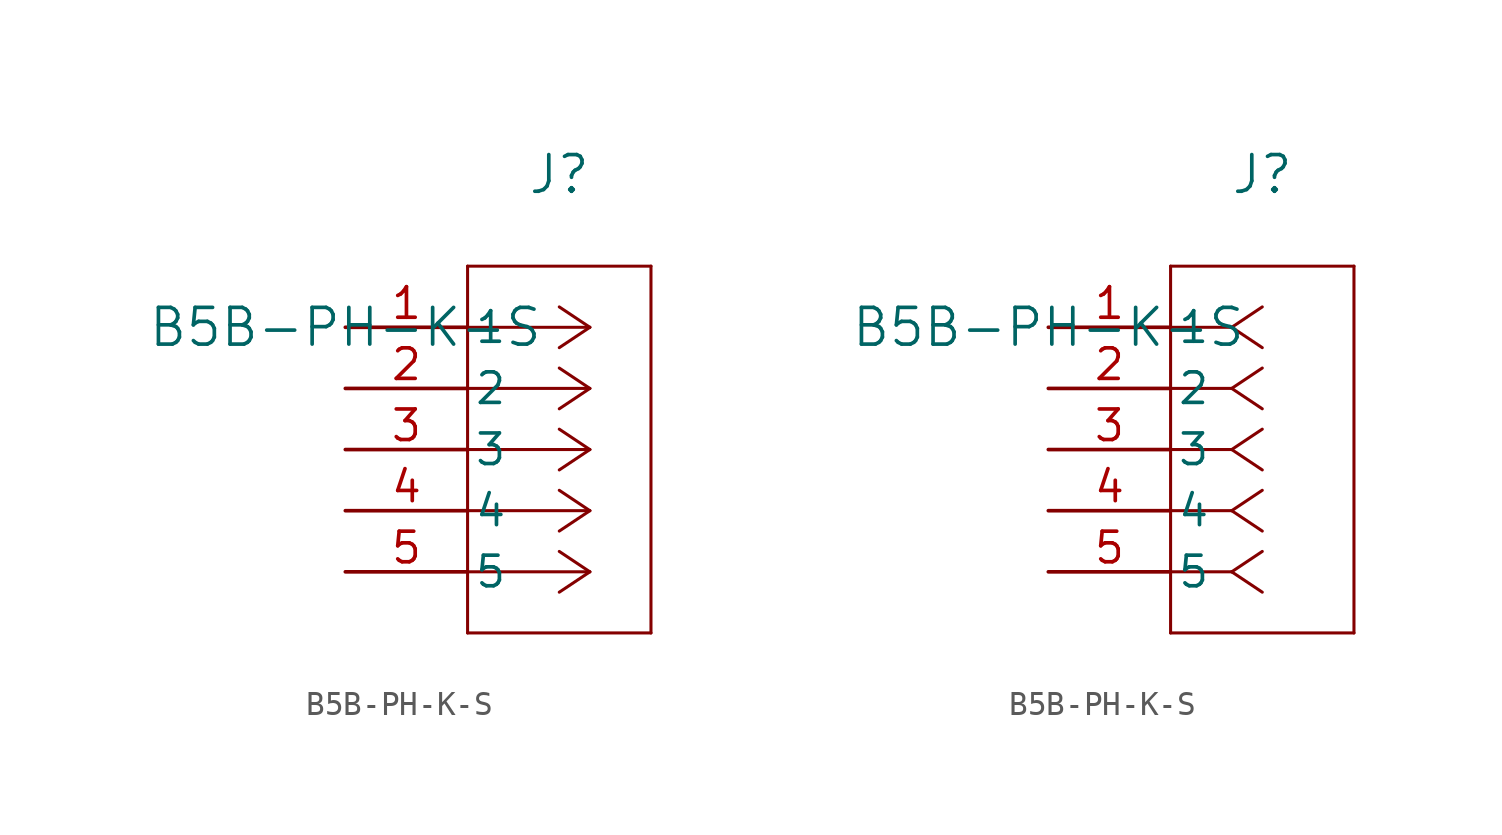
<source format=kicad_sym>
(kicad_symbol_lib
  (version 20211014)
  (generator kicad_symbol_editor)
  (symbol "B5B-PH-K-S"
    (pin_names
      (offset 0.254))
    (property "Reference" "J"
      (at 8.89 6.35 0)
      (effects (font (size 1.524 1.524))))
    (property "Value" "B5B-PH-K-S"
      (at 0 0 0)
      (effects (font (size 1.524 1.524))))
    (symbol "B5B-PH-K-S_1_1"
      (polyline (pts (xy 10.16 0) (xy 5.08 0)) (stroke (width 0.127) (type default) (color 0 0 0 0)) (fill (type none)))
      (polyline (pts (xy 10.16 -2.54) (xy 5.08 -2.54)) (stroke (width 0.127) (type default) (color 0 0 0 0)) (fill (type none)))
      (polyline (pts (xy 10.16 -5.08) (xy 5.08 -5.08)) (stroke (width 0.127) (type default) (color 0 0 0 0)) (fill (type none)))
      (polyline (pts (xy 10.16 -7.62) (xy 5.08 -7.62)) (stroke (width 0.127) (type default) (color 0 0 0 0)) (fill (type none)))
      (polyline (pts (xy 10.16 -10.16) (xy 5.08 -10.16)) (stroke (width 0.127) (type default) (color 0 0 0 0)) (fill (type none)))
      (polyline (pts (xy 10.16 0) (xy 8.89 0.847)) (stroke (width 0.127) (type default) (color 0 0 0 0)) (fill (type none)))
      (polyline (pts (xy 10.16 -2.54) (xy 8.89 -1.693)) (stroke (width 0.127) (type default) (color 0 0 0 0)) (fill (type none)))
      (polyline (pts (xy 10.16 -5.08) (xy 8.89 -4.233)) (stroke (width 0.127) (type default) (color 0 0 0 0)) (fill (type none)))
      (polyline (pts (xy 10.16 -7.62) (xy 8.89 -6.773)) (stroke (width 0.127) (type default) (color 0 0 0 0)) (fill (type none)))
      (polyline (pts (xy 10.16 -10.16) (xy 8.89 -9.313)) (stroke (width 0.127) (type default) (color 0 0 0 0)) (fill (type none)))
      (polyline (pts (xy 10.16 0) (xy 8.89 -0.847)) (stroke (width 0.127) (type default) (color 0 0 0 0)) (fill (type none)))
      (polyline (pts (xy 10.16 -2.54) (xy 8.89 -3.387)) (stroke (width 0.127) (type default) (color 0 0 0 0)) (fill (type none)))
      (polyline (pts (xy 10.16 -5.08) (xy 8.89 -5.927)) (stroke (width 0.127) (type default) (color 0 0 0 0)) (fill (type none)))
      (polyline (pts (xy 10.16 -7.62) (xy 8.89 -8.467)) (stroke (width 0.127) (type default) (color 0 0 0 0)) (fill (type none)))
      (polyline (pts (xy 10.16 -10.16) (xy 8.89 -11.007)) (stroke (width 0.127) (type default) (color 0 0 0 0)) (fill (type none)))
      (polyline (pts (xy 5.08 2.54) (xy 5.08 -12.7)) (stroke (width 0.127) (type default) (color 0 0 0 0)) (fill (type none)))
      (polyline (pts (xy 5.08 -12.7) (xy 12.7 -12.7)) (stroke (width 0.127) (type default) (color 0 0 0 0)) (fill (type none)))
      (polyline (pts (xy 12.7 -12.7) (xy 12.7 2.54)) (stroke (width 0.127) (type default) (color 0 0 0 0)) (fill (type none)))
      (polyline (pts (xy 12.7 2.54) (xy 5.08 2.54)) (stroke (width 0.127) (type default) (color 0 0 0 0)) (fill (type none)))
      (pin unspecified line (at 0 0 0) (length 5.08) (name "1" (effects (font (size 1.27 1.27)))) (number "1" (effects (font (size 1.27 1.27)))))
      (pin unspecified line (at 0 -2.54 0) (length 5.08) (name "2" (effects (font (size 1.27 1.27)))) (number "2" (effects (font (size 1.27 1.27)))))
      (pin unspecified line (at 0 -5.08 0) (length 5.08) (name "3" (effects (font (size 1.27 1.27)))) (number "3" (effects (font (size 1.27 1.27)))))
      (pin unspecified line (at 0 -7.62 0) (length 5.08) (name "4" (effects (font (size 1.27 1.27)))) (number "4" (effects (font (size 1.27 1.27)))))
      (pin unspecified line (at 0 -10.16 0) (length 5.08) (name "5" (effects (font (size 1.27 1.27)))) (number "5" (effects (font (size 1.27 1.27))))))
    (symbol "B5B-PH-K-S_1_2"
      (polyline (pts (xy 7.62 0) (xy 5.08 0)) (stroke (width 0.127) (type default) (color 0 0 0 0)) (fill (type none)))
      (polyline (pts (xy 7.62 -2.54) (xy 5.08 -2.54)) (stroke (width 0.127) (type default) (color 0 0 0 0)) (fill (type none)))
      (polyline (pts (xy 7.62 -5.08) (xy 5.08 -5.08)) (stroke (width 0.127) (type default) (color 0 0 0 0)) (fill (type none)))
      (polyline (pts (xy 7.62 -7.62) (xy 5.08 -7.62)) (stroke (width 0.127) (type default) (color 0 0 0 0)) (fill (type none)))
      (polyline (pts (xy 7.62 -10.16) (xy 5.08 -10.16)) (stroke (width 0.127) (type default) (color 0 0 0 0)) (fill (type none)))
      (polyline (pts (xy 7.62 0) (xy 8.89 0.847)) (stroke (width 0.127) (type default) (color 0 0 0 0)) (fill (type none)))
      (polyline (pts (xy 7.62 -2.54) (xy 8.89 -1.693)) (stroke (width 0.127) (type default) (color 0 0 0 0)) (fill (type none)))
      (polyline (pts (xy 7.62 -5.08) (xy 8.89 -4.233)) (stroke (width 0.127) (type default) (color 0 0 0 0)) (fill (type none)))
      (polyline (pts (xy 7.62 -7.62) (xy 8.89 -6.773)) (stroke (width 0.127) (type default) (color 0 0 0 0)) (fill (type none)))
      (polyline (pts (xy 7.62 -10.16) (xy 8.89 -9.313)) (stroke (width 0.127) (type default) (color 0 0 0 0)) (fill (type none)))
      (polyline (pts (xy 7.62 0) (xy 8.89 -0.847)) (stroke (width 0.127) (type default) (color 0 0 0 0)) (fill (type none)))
      (polyline (pts (xy 7.62 -2.54) (xy 8.89 -3.387)) (stroke (width 0.127) (type default) (color 0 0 0 0)) (fill (type none)))
      (polyline (pts (xy 7.62 -5.08) (xy 8.89 -5.927)) (stroke (width 0.127) (type default) (color 0 0 0 0)) (fill (type none)))
      (polyline (pts (xy 7.62 -7.62) (xy 8.89 -8.467)) (stroke (width 0.127) (type default) (color 0 0 0 0)) (fill (type none)))
      (polyline (pts (xy 7.62 -10.16) (xy 8.89 -11.007)) (stroke (width 0.127) (type default) (color 0 0 0 0)) (fill (type none)))
      (polyline (pts (xy 5.08 2.54) (xy 5.08 -12.7)) (stroke (width 0.127) (type default) (color 0 0 0 0)) (fill (type none)))
      (polyline (pts (xy 5.08 -12.7) (xy 12.7 -12.7)) (stroke (width 0.127) (type default) (color 0 0 0 0)) (fill (type none)))
      (polyline (pts (xy 12.7 -12.7) (xy 12.7 2.54)) (stroke (width 0.127) (type default) (color 0 0 0 0)) (fill (type none)))
      (polyline (pts (xy 12.7 2.54) (xy 5.08 2.54)) (stroke (width 0.127) (type default) (color 0 0 0 0)) (fill (type none)))
      (pin unspecified line (at 0 0 0) (length 5.08) (name "1" (effects (font (size 1.27 1.27)))) (number "1" (effects (font (size 1.27 1.27)))))
      (pin unspecified line (at 0 -2.54 0) (length 5.08) (name "2" (effects (font (size 1.27 1.27)))) (number "2" (effects (font (size 1.27 1.27)))))
      (pin unspecified line (at 0 -5.08 0) (length 5.08) (name "3" (effects (font (size 1.27 1.27)))) (number "3" (effects (font (size 1.27 1.27)))))
      (pin unspecified line (at 0 -7.62 0) (length 5.08) (name "4" (effects (font (size 1.27 1.27)))) (number "4" (effects (font (size 1.27 1.27)))))
      (pin unspecified line (at 0 -10.16 0) (length 5.08) (name "5" (effects (font (size 1.27 1.27)))) (number "5" (effects (font (size 1.27 1.27))))))))
</source>
